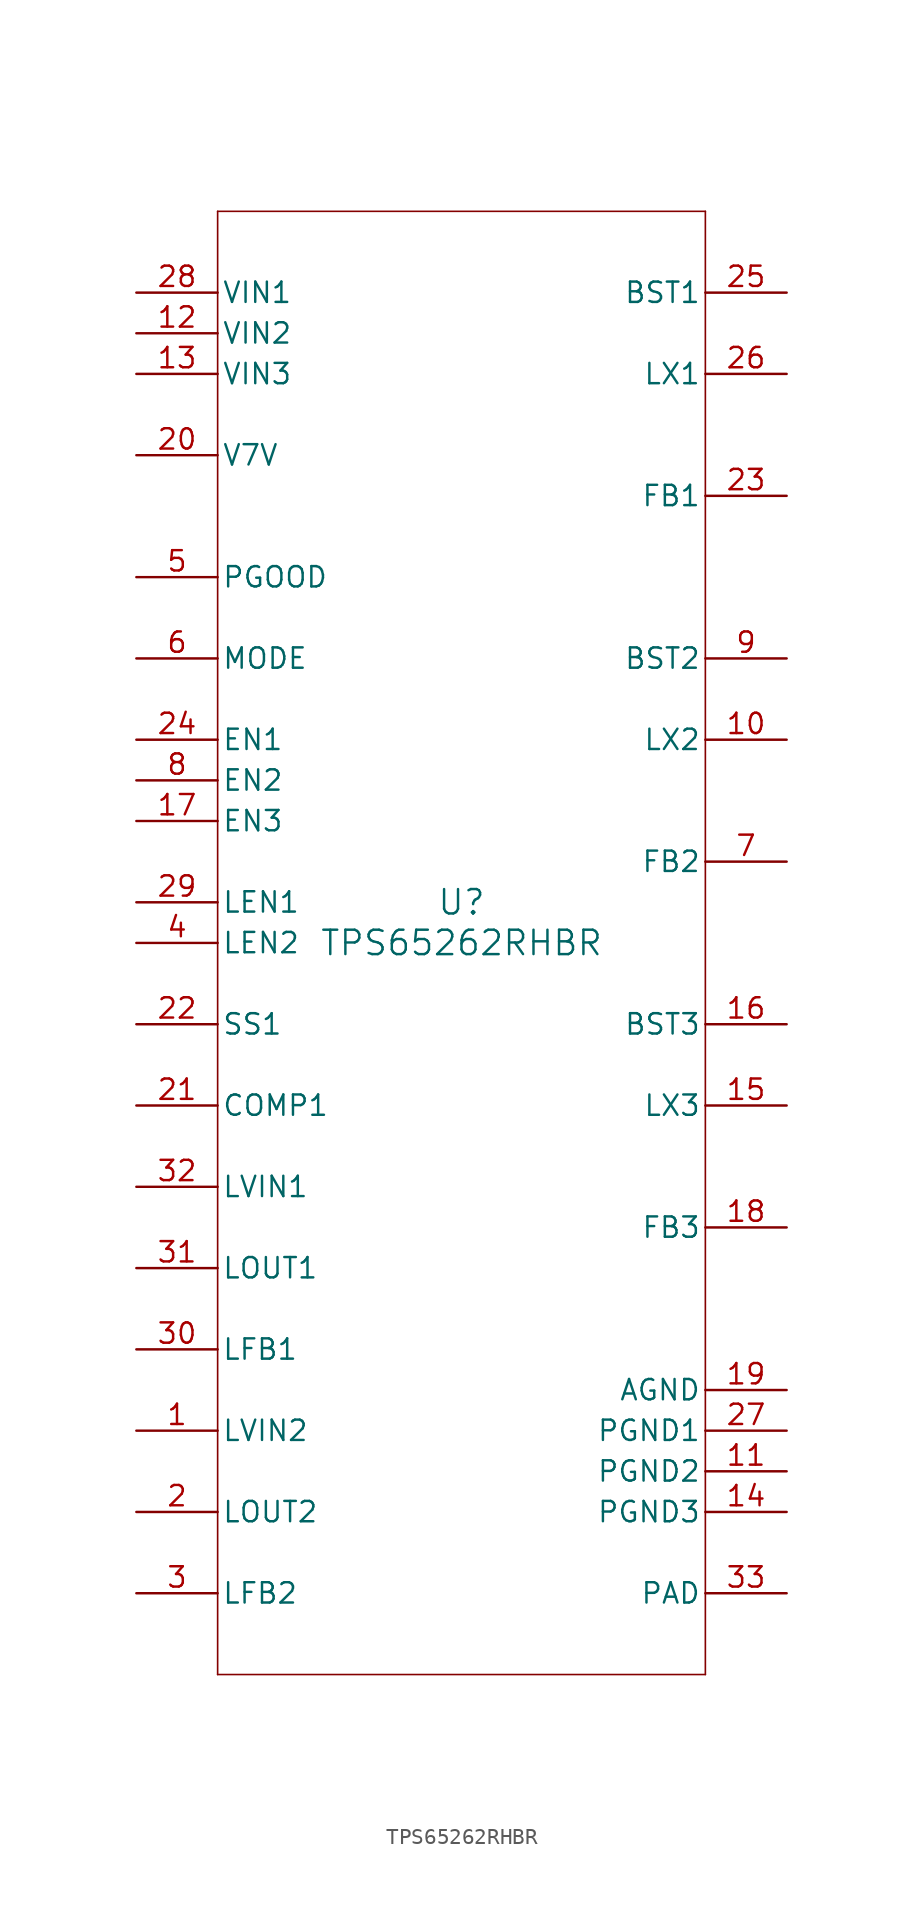
<source format=kicad_sym>
(kicad_symbol_lib
  (version 20211014)
  (generator kicad_symbol_editor)
  (symbol "TPS65262RHBR"
    (pin_names
      (offset 0.254))
    (property "Reference" "U"
      (at 0 2.54 0)
      (effects (font (size 1.524 1.524))))
    (property "Value" "TPS65262RHBR"
      (at 0 0 0)
      (effects (font (size 1.524 1.524))))
    (symbol "TPS65262RHBR_0_1"
      (polyline (pts (xy -15.24 -45.72) (xy 15.24 -45.72)) (stroke (width 0.102) (type default) (color 0 0 0 0)) (fill (type none)))
      (polyline (pts (xy 15.24 -45.72) (xy 15.24 45.72)) (stroke (width 0.102) (type default) (color 0 0 0 0)) (fill (type none)))
      (polyline (pts (xy 15.24 45.72) (xy -15.24 45.72)) (stroke (width 0.102) (type default) (color 0 0 0 0)) (fill (type none)))
      (polyline (pts (xy -15.24 45.72) (xy -15.24 -45.72)) (stroke (width 0.102) (type default) (color 0 0 0 0)) (fill (type none)))
      (pin power_in line (at -20.32 -30.48 0) (length 5.08) (name "LVIN2" (effects (font (size 1.27 1.27)))) (number "1" (effects (font (size 1.27 1.27)))))
      (pin power_in line (at -20.32 -35.56 0) (length 5.08) (name "LOUT2" (effects (font (size 1.27 1.27)))) (number "2" (effects (font (size 1.27 1.27)))))
      (pin input line (at -20.32 -40.64 0) (length 5.08) (name "LFB2" (effects (font (size 1.27 1.27)))) (number "3" (effects (font (size 1.27 1.27)))))
      (pin input line (at -20.32 0 0) (length 5.08) (name "LEN2" (effects (font (size 1.27 1.27)))) (number "4" (effects (font (size 1.27 1.27)))))
      (pin output line (at -20.32 22.86 0) (length 5.08) (name "PGOOD" (effects (font (size 1.27 1.27)))) (number "5" (effects (font (size 1.27 1.27)))))
      (pin input line (at -20.32 17.78 0) (length 5.08) (name "MODE" (effects (font (size 1.27 1.27)))) (number "6" (effects (font (size 1.27 1.27)))))
      (pin input line (at 20.32 5.08 180) (length 5.08) (name "FB2" (effects (font (size 1.27 1.27)))) (number "7" (effects (font (size 1.27 1.27)))))
      (pin input line (at -20.32 10.16 0) (length 5.08) (name "EN2" (effects (font (size 1.27 1.27)))) (number "8" (effects (font (size 1.27 1.27)))))
      (pin power_in line (at 20.32 17.78 180) (length 5.08) (name "BST2" (effects (font (size 1.27 1.27)))) (number "9" (effects (font (size 1.27 1.27)))))
      (pin power_in line (at 20.32 12.7 180) (length 5.08) (name "LX2" (effects (font (size 1.27 1.27)))) (number "10" (effects (font (size 1.27 1.27)))))
      (pin power_in line (at 20.32 -33.02 180) (length 5.08) (name "PGND2" (effects (font (size 1.27 1.27)))) (number "11" (effects (font (size 1.27 1.27)))))
      (pin power_in line (at -20.32 38.1 0) (length 5.08) (name "VIN2" (effects (font (size 1.27 1.27)))) (number "12" (effects (font (size 1.27 1.27)))))
      (pin power_in line (at -20.32 35.56 0) (length 5.08) (name "VIN3" (effects (font (size 1.27 1.27)))) (number "13" (effects (font (size 1.27 1.27)))))
      (pin power_in line (at 20.32 -35.56 180) (length 5.08) (name "PGND3" (effects (font (size 1.27 1.27)))) (number "14" (effects (font (size 1.27 1.27)))))
      (pin power_in line (at 20.32 -10.16 180) (length 5.08) (name "LX3" (effects (font (size 1.27 1.27)))) (number "15" (effects (font (size 1.27 1.27)))))
      (pin power_in line (at 20.32 -5.08 180) (length 5.08) (name "BST3" (effects (font (size 1.27 1.27)))) (number "16" (effects (font (size 1.27 1.27)))))
      (pin input line (at -20.32 7.62 0) (length 5.08) (name "EN3" (effects (font (size 1.27 1.27)))) (number "17" (effects (font (size 1.27 1.27)))))
      (pin input line (at 20.32 -17.78 180) (length 5.08) (name "FB3" (effects (font (size 1.27 1.27)))) (number "18" (effects (font (size 1.27 1.27)))))
      (pin power_in line (at 20.32 -27.94 180) (length 5.08) (name "AGND" (effects (font (size 1.27 1.27)))) (number "19" (effects (font (size 1.27 1.27)))))
      (pin power_in line (at -20.32 30.48 0) (length 5.08) (name "V7V" (effects (font (size 1.27 1.27)))) (number "20" (effects (font (size 1.27 1.27)))))
      (pin output line (at -20.32 -10.16 0) (length 5.08) (name "COMP1" (effects (font (size 1.27 1.27)))) (number "21" (effects (font (size 1.27 1.27)))))
      (pin input line (at -20.32 -5.08 0) (length 5.08) (name "SS1" (effects (font (size 1.27 1.27)))) (number "22" (effects (font (size 1.27 1.27)))))
      (pin input line (at 20.32 27.94 180) (length 5.08) (name "FB1" (effects (font (size 1.27 1.27)))) (number "23" (effects (font (size 1.27 1.27)))))
      (pin input line (at -20.32 12.7 0) (length 5.08) (name "EN1" (effects (font (size 1.27 1.27)))) (number "24" (effects (font (size 1.27 1.27)))))
      (pin power_in line (at 20.32 40.64 180) (length 5.08) (name "BST1" (effects (font (size 1.27 1.27)))) (number "25" (effects (font (size 1.27 1.27)))))
      (pin power_in line (at 20.32 35.56 180) (length 5.08) (name "LX1" (effects (font (size 1.27 1.27)))) (number "26" (effects (font (size 1.27 1.27)))))
      (pin power_in line (at 20.32 -30.48 180) (length 5.08) (name "PGND1" (effects (font (size 1.27 1.27)))) (number "27" (effects (font (size 1.27 1.27)))))
      (pin power_in line (at -20.32 40.64 0) (length 5.08) (name "VIN1" (effects (font (size 1.27 1.27)))) (number "28" (effects (font (size 1.27 1.27)))))
      (pin input line (at -20.32 2.54 0) (length 5.08) (name "LEN1" (effects (font (size 1.27 1.27)))) (number "29" (effects (font (size 1.27 1.27)))))
      (pin input line (at -20.32 -25.4 0) (length 5.08) (name "LFB1" (effects (font (size 1.27 1.27)))) (number "30" (effects (font (size 1.27 1.27)))))
      (pin power_in line (at -20.32 -20.32 0) (length 5.08) (name "LOUT1" (effects (font (size 1.27 1.27)))) (number "31" (effects (font (size 1.27 1.27)))))
      (pin power_in line (at -20.32 -15.24 0) (length 5.08) (name "LVIN1" (effects (font (size 1.27 1.27)))) (number "32" (effects (font (size 1.27 1.27)))))
      (pin unspecified line (at 20.32 -40.64 180) (length 5.08) (name "PAD" (effects (font (size 1.27 1.27)))) (number "33" (effects (font (size 1.27 1.27))))))))
</source>
